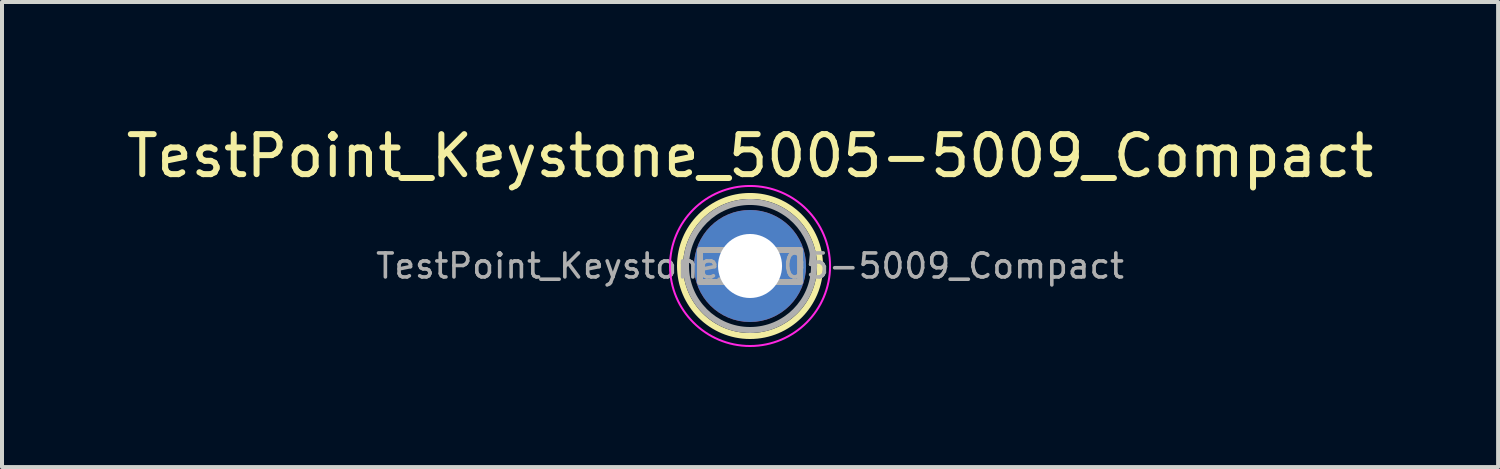
<source format=kicad_pcb>
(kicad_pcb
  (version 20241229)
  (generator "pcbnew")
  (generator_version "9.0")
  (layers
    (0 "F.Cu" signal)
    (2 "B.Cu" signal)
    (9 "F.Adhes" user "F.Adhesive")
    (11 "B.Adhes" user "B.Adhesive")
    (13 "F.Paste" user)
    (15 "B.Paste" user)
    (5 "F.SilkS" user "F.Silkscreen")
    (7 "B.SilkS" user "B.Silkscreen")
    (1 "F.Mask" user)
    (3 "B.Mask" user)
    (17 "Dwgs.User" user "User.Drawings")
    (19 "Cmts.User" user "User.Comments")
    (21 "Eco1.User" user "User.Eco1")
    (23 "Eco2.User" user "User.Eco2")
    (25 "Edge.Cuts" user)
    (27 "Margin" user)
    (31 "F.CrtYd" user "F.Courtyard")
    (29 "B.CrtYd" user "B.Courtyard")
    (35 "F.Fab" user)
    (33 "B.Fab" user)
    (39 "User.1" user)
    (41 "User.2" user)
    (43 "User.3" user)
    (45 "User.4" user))
  (footprint "TestPoint_Keystone_5005-5009_Compact"
    (layer "F.Cu")
    (at 15.696 3.598)
    (property "Reference" "TestPoint_Keystone_5005-5009_Compact" (at 0 -2.75 0) (layer "F.SilkS") (effects (font (size 1 1) (thickness 0.15))))
    (attr through_hole)
    (fp_circle (center 0 0) (end 1.75 0) (stroke (width 0.15) (type solid)) (fill no) (layer "F.SilkS"))
    (fp_circle (center 0 0) (end 2 0) (stroke (width 0.05) (type solid)) (fill no) (layer "F.CrtYd"))
    (fp_line (start -1.25 -0.4) (end 1.25 -0.4) (stroke (width 0.15) (type solid)) (layer "F.Fab"))
    (fp_line (start -1.25 0.4) (end -1.25 -0.4) (stroke (width 0.15) (type solid)) (layer "F.Fab"))
    (fp_line (start 1.25 -0.4) (end 1.25 0.4) (stroke (width 0.15) (type solid)) (layer "F.Fab"))
    (fp_line (start 1.25 0.4) (end -1.25 0.4) (stroke (width 0.15) (type solid)) (layer "F.Fab"))
    (fp_circle (center 0 0) (end 1.6 0) (stroke (width 0.15) (type solid)) (fill no) (layer "F.Fab"))
    (fp_text user "${REFERENCE}" (at 0 0 0) (layer "F.Fab") (effects (font (size 0.6 0.6) (thickness 0.09))))
    (pad "1" thru_hole circle (at 0 0) (size 2.8 2.8) (drill 1.6) (layers "*.Cu" "*.Mask")))
  (gr_rect
    (start -3 -3)
    (end 34.393 8.623)
    (stroke (width 0.1) (type default))
    (fill no)
    (layer "Edge.Cuts")))
</source>
